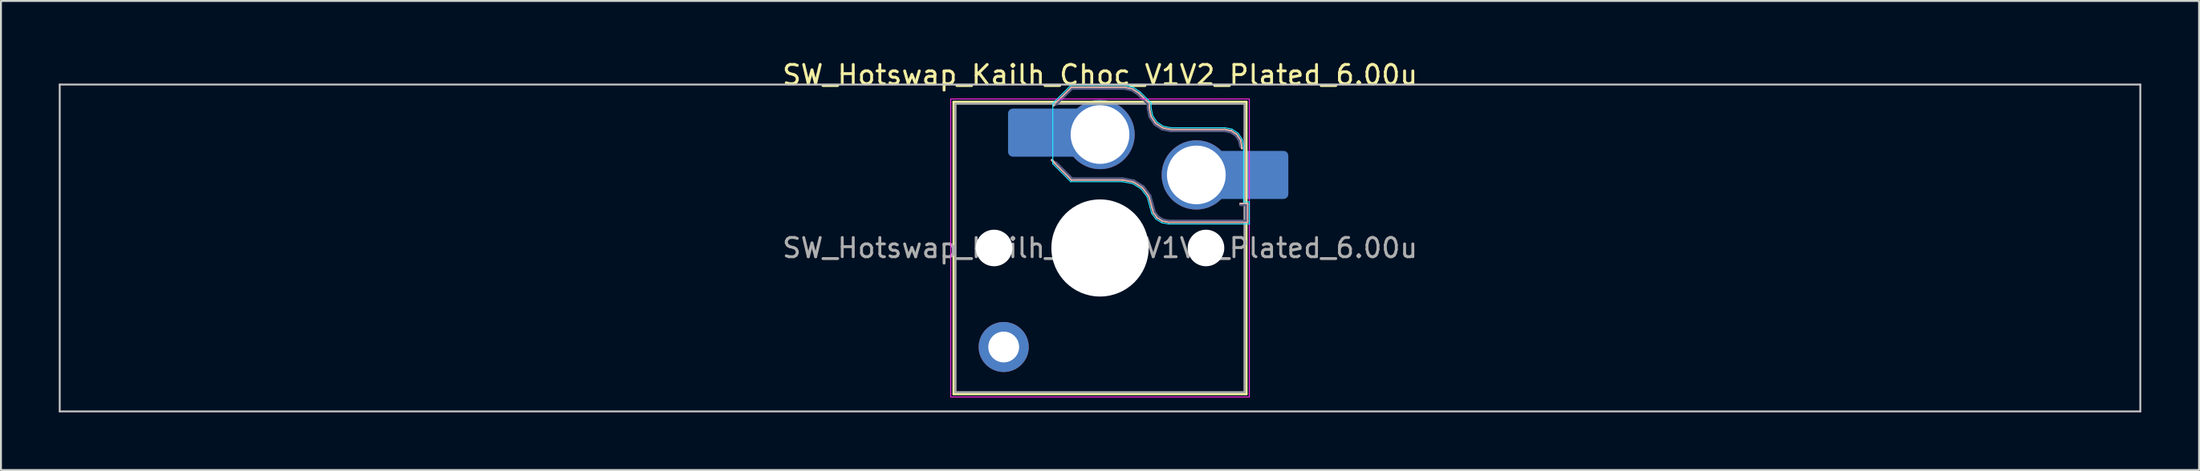
<source format=kicad_pcb>
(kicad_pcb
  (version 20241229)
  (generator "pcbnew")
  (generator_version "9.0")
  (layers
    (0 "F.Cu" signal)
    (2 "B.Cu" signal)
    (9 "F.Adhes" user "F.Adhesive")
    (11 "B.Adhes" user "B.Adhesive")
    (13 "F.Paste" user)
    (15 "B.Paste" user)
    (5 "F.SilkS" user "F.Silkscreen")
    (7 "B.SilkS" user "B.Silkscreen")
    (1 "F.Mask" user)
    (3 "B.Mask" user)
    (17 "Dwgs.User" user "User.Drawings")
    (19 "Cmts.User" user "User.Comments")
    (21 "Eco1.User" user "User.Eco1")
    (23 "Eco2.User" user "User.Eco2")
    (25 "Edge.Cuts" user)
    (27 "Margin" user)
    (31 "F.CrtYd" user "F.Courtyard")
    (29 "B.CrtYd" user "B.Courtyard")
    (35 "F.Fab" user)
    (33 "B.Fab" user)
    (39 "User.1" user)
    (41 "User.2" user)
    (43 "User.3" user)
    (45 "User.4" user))
  (footprint "SW_Hotswap_Kailh_Choc_V1V2_Plated_6.00u"
    (layer "F.Cu")
    (at 54.05 9.848)
    (property "Reference" "SW_Hotswap_Kailh_Choc_V1V2_Plated_6.00u" (at 0 -9 0) (layer "F.SilkS") (effects (font (size 1 1) (thickness 0.15))))
    (attr smd)
    (fp_line (start -7.6 -7.6) (end -7.6 7.6) (stroke (width 0.12) (type solid)) (layer "F.SilkS"))
    (fp_line (start -7.6 7.6) (end 7.6 7.6) (stroke (width 0.12) (type solid)) (layer "F.SilkS"))
    (fp_line (start 7.6 -7.6) (end -7.6 -7.6) (stroke (width 0.12) (type solid)) (layer "F.SilkS"))
    (fp_line (start 7.6 7.6) (end 7.6 -7.6) (stroke (width 0.12) (type solid)) (layer "F.SilkS"))
    (fp_line (start -2.416 -7.409) (end -1.479 -8.346) (stroke (width 0.12) (type solid)) (layer "B.SilkS"))
    (fp_line (start -1.479 -8.346) (end 1.268 -8.346) (stroke (width 0.12) (type solid)) (layer "B.SilkS"))
    (fp_line (start -1.479 -3.554) (end -2.5 -4.575) (stroke (width 0.12) (type solid)) (layer "B.SilkS"))
    (fp_line (start 1.168 -3.554) (end -1.479 -3.554) (stroke (width 0.12) (type solid)) (layer "B.SilkS"))
    (fp_line (start 1.268 -8.346) (end 1.671 -8.266) (stroke (width 0.12) (type solid)) (layer "B.SilkS"))
    (fp_line (start 1.671 -8.266) (end 2.013 -8.037) (stroke (width 0.12) (type solid)) (layer "B.SilkS"))
    (fp_line (start 1.73 -3.449) (end 1.168 -3.554) (stroke (width 0.12) (type solid)) (layer "B.SilkS"))
    (fp_line (start 2.013 -8.037) (end 2.546 -7.504) (stroke (width 0.12) (type solid)) (layer "B.SilkS"))
    (fp_line (start 2.209 -3.15) (end 1.73 -3.449) (stroke (width 0.12) (type solid)) (layer "B.SilkS"))
    (fp_line (start 2.546 -7.504) (end 2.546 -7.282) (stroke (width 0.12) (type solid)) (layer "B.SilkS"))
    (fp_line (start 2.546 -7.282) (end 2.633 -6.844) (stroke (width 0.12) (type solid)) (layer "B.SilkS"))
    (fp_line (start 2.547 -2.697) (end 2.209 -3.15) (stroke (width 0.12) (type solid)) (layer "B.SilkS"))
    (fp_line (start 2.633 -6.844) (end 2.877 -6.477) (stroke (width 0.12) (type solid)) (layer "B.SilkS"))
    (fp_line (start 2.701 -2.139) (end 2.547 -2.697) (stroke (width 0.12) (type solid)) (layer "B.SilkS"))
    (fp_line (start 2.783 -1.841) (end 2.701 -2.139) (stroke (width 0.12) (type solid)) (layer "B.SilkS"))
    (fp_line (start 2.877 -6.477) (end 3.244 -6.233) (stroke (width 0.12) (type solid)) (layer "B.SilkS"))
    (fp_line (start 2.976 -1.583) (end 2.783 -1.841) (stroke (width 0.12) (type solid)) (layer "B.SilkS"))
    (fp_line (start 3.244 -6.233) (end 3.682 -6.146) (stroke (width 0.12) (type solid)) (layer "B.SilkS"))
    (fp_line (start 3.25 -1.413) (end 2.976 -1.583) (stroke (width 0.12) (type solid)) (layer "B.SilkS"))
    (fp_line (start 3.56 -1.354) (end 3.25 -1.413) (stroke (width 0.12) (type solid)) (layer "B.SilkS"))
    (fp_line (start 3.682 -6.146) (end 6.482 -6.146) (stroke (width 0.12) (type solid)) (layer "B.SilkS"))
    (fp_line (start 6.482 -6.146) (end 6.809 -6.081) (stroke (width 0.12) (type solid)) (layer "B.SilkS"))
    (fp_line (start 6.809 -6.081) (end 7.092 -5.892) (stroke (width 0.12) (type solid)) (layer "B.SilkS"))
    (fp_line (start 7.092 -5.892) (end 7.281 -5.609) (stroke (width 0.12) (type solid)) (layer "B.SilkS"))
    (fp_line (start 7.281 -5.609) (end 7.366 -5.182) (stroke (width 0.12) (type solid)) (layer "B.SilkS"))
    (fp_line (start 7.283 -2.296) (end 7.646 -2.296) (stroke (width 0.12) (type solid)) (layer "B.SilkS"))
    (fp_line (start 7.646 -2.296) (end 7.646 -1.354) (stroke (width 0.12) (type solid)) (layer "B.SilkS"))
    (fp_line (start 7.646 -1.354) (end 3.56 -1.354) (stroke (width 0.12) (type solid)) (layer "B.SilkS"))
    (fp_line (start -54 -8.5) (end -54 8.5) (stroke (width 0.1) (type solid)) (layer "Dwgs.User"))
    (fp_line (start -54 8.5) (end 54 8.5) (stroke (width 0.1) (type solid)) (layer "Dwgs.User"))
    (fp_line (start 54 -8.5) (end -54 -8.5) (stroke (width 0.1) (type solid)) (layer "Dwgs.User"))
    (fp_line (start 54 8.5) (end 54 -8.5) (stroke (width 0.1) (type solid)) (layer "Dwgs.User"))
    (fp_line (start -7.25 -7.25) (end -7.25 7.25) (stroke (width 0.1) (type solid)) (layer "Eco1.User"))
    (fp_line (start -7.25 7.25) (end 7.25 7.25) (stroke (width 0.1) (type solid)) (layer "Eco1.User"))
    (fp_line (start 7.25 -7.25) (end -7.25 -7.25) (stroke (width 0.1) (type solid)) (layer "Eco1.User"))
    (fp_line (start 7.25 7.25) (end 7.25 -7.25) (stroke (width 0.1) (type solid)) (layer "Eco1.User"))
    (fp_line (start -2.452 -7.523) (end -1.523 -8.452) (stroke (width 0.05) (type solid)) (layer "B.CrtYd"))
    (fp_line (start -2.452 -4.377) (end -2.452 -7.523) (stroke (width 0.05) (type solid)) (layer "B.CrtYd"))
    (fp_line (start -1.523 -8.452) (end 1.278 -8.452) (stroke (width 0.05) (type solid)) (layer "B.CrtYd"))
    (fp_line (start -1.523 -3.448) (end -2.452 -4.377) (stroke (width 0.05) (type solid)) (layer "B.CrtYd"))
    (fp_line (start 1.159 -3.448) (end -1.523 -3.448) (stroke (width 0.05) (type solid)) (layer "B.CrtYd"))
    (fp_line (start 1.278 -8.452) (end 1.712 -8.366) (stroke (width 0.05) (type solid)) (layer "B.CrtYd"))
    (fp_line (start 1.691 -3.348) (end 1.159 -3.448) (stroke (width 0.05) (type solid)) (layer "B.CrtYd"))
    (fp_line (start 1.712 -8.366) (end 2.081 -8.119) (stroke (width 0.05) (type solid)) (layer "B.CrtYd"))
    (fp_line (start 2.081 -8.119) (end 2.652 -7.548) (stroke (width 0.05) (type solid)) (layer "B.CrtYd"))
    (fp_line (start 2.136 -3.071) (end 1.691 -3.348) (stroke (width 0.05) (type solid)) (layer "B.CrtYd"))
    (fp_line (start 2.45 -2.65) (end 2.136 -3.071) (stroke (width 0.05) (type solid)) (layer "B.CrtYd"))
    (fp_line (start 2.599 -2.111) (end 2.45 -2.65) (stroke (width 0.05) (type solid)) (layer "B.CrtYd"))
    (fp_line (start 2.652 -7.548) (end 2.652 -7.292) (stroke (width 0.05) (type solid)) (layer "B.CrtYd"))
    (fp_line (start 2.652 -7.292) (end 2.733 -6.885) (stroke (width 0.05) (type solid)) (layer "B.CrtYd"))
    (fp_line (start 2.687 -1.794) (end 2.599 -2.111) (stroke (width 0.05) (type solid)) (layer "B.CrtYd"))
    (fp_line (start 2.733 -6.885) (end 2.953 -6.553) (stroke (width 0.05) (type solid)) (layer "B.CrtYd"))
    (fp_line (start 2.903 -1.503) (end 2.687 -1.794) (stroke (width 0.05) (type solid)) (layer "B.CrtYd"))
    (fp_line (start 2.953 -6.553) (end 3.285 -6.333) (stroke (width 0.05) (type solid)) (layer "B.CrtYd"))
    (fp_line (start 3.211 -1.312) (end 2.903 -1.503) (stroke (width 0.05) (type solid)) (layer "B.CrtYd"))
    (fp_line (start 3.285 -6.333) (end 3.692 -6.252) (stroke (width 0.05) (type solid)) (layer "B.CrtYd"))
    (fp_line (start 3.55 -1.248) (end 3.211 -1.312) (stroke (width 0.05) (type solid)) (layer "B.CrtYd"))
    (fp_line (start 3.692 -6.252) (end 6.492 -6.252) (stroke (width 0.05) (type solid)) (layer "B.CrtYd"))
    (fp_line (start 6.492 -6.252) (end 6.85 -6.181) (stroke (width 0.05) (type solid)) (layer "B.CrtYd"))
    (fp_line (start 6.85 -6.181) (end 7.168 -5.968) (stroke (width 0.05) (type solid)) (layer "B.CrtYd"))
    (fp_line (start 7.168 -5.968) (end 7.381 -5.65) (stroke (width 0.05) (type solid)) (layer "B.CrtYd"))
    (fp_line (start 7.381 -5.65) (end 7.452 -5.292) (stroke (width 0.05) (type solid)) (layer "B.CrtYd"))
    (fp_line (start 7.452 -5.292) (end 7.452 -2.402) (stroke (width 0.05) (type solid)) (layer "B.CrtYd"))
    (fp_line (start 7.452 -2.402) (end 7.752 -2.402) (stroke (width 0.05) (type solid)) (layer "B.CrtYd"))
    (fp_line (start 7.752 -2.402) (end 7.752 -1.248) (stroke (width 0.05) (type solid)) (layer "B.CrtYd"))
    (fp_line (start 7.752 -1.248) (end 3.55 -1.248) (stroke (width 0.05) (type solid)) (layer "B.CrtYd"))
    (fp_line (start -7.75 -7.75) (end -7.75 7.75) (stroke (width 0.05) (type solid)) (layer "F.CrtYd"))
    (fp_line (start -7.75 7.75) (end 7.75 7.75) (stroke (width 0.05) (type solid)) (layer "F.CrtYd"))
    (fp_line (start 7.75 -7.75) (end -7.75 -7.75) (stroke (width 0.05) (type solid)) (layer "F.CrtYd"))
    (fp_line (start 7.75 7.75) (end 7.75 -7.75) (stroke (width 0.05) (type solid)) (layer "F.CrtYd"))
    (fp_line (start -2.275 -7.45) (end -1.45 -8.275) (stroke (width 0.1) (type solid)) (layer "B.Fab"))
    (fp_line (start -1.45 -8.275) (end 1.261 -8.275) (stroke (width 0.1) (type solid)) (layer "B.Fab"))
    (fp_line (start -1.45 -3.625) (end -2.275 -4.45) (stroke (width 0.1) (type solid)) (layer "B.Fab"))
    (fp_line (start 1.175 -3.625) (end -1.45 -3.625) (stroke (width 0.1) (type solid)) (layer "B.Fab"))
    (fp_line (start 1.261 -8.275) (end 1.643 -8.199) (stroke (width 0.1) (type solid)) (layer "B.Fab"))
    (fp_line (start 1.643 -8.199) (end 1.968 -7.982) (stroke (width 0.1) (type solid)) (layer "B.Fab"))
    (fp_line (start 1.756 -3.516) (end 1.175 -3.625) (stroke (width 0.1) (type solid)) (layer "B.Fab"))
    (fp_line (start 1.968 -7.982) (end 2.475 -7.475) (stroke (width 0.1) (type solid)) (layer "B.Fab"))
    (fp_line (start 2.258 -3.203) (end 1.756 -3.516) (stroke (width 0.1) (type solid)) (layer "B.Fab"))
    (fp_line (start 2.475 -7.475) (end 2.475 -7.275) (stroke (width 0.1) (type solid)) (layer "B.Fab"))
    (fp_line (start 2.475 -7.275) (end 2.566 -6.816) (stroke (width 0.1) (type solid)) (layer "B.Fab"))
    (fp_line (start 2.566 -6.816) (end 2.826 -6.426) (stroke (width 0.1) (type solid)) (layer "B.Fab"))
    (fp_line (start 2.612 -2.729) (end 2.258 -3.203) (stroke (width 0.1) (type solid)) (layer "B.Fab"))
    (fp_line (start 2.769 -2.158) (end 2.612 -2.729) (stroke (width 0.1) (type solid)) (layer "B.Fab"))
    (fp_line (start 2.826 -6.426) (end 3.216 -6.166) (stroke (width 0.1) (type solid)) (layer "B.Fab"))
    (fp_line (start 2.848 -1.873) (end 2.769 -2.158) (stroke (width 0.1) (type solid)) (layer "B.Fab"))
    (fp_line (start 3.025 -1.636) (end 2.848 -1.873) (stroke (width 0.1) (type solid)) (layer "B.Fab"))
    (fp_line (start 3.216 -6.166) (end 3.675 -6.075) (stroke (width 0.1) (type solid)) (layer "B.Fab"))
    (fp_line (start 3.276 -1.48) (end 3.025 -1.636) (stroke (width 0.1) (type solid)) (layer "B.Fab"))
    (fp_line (start 3.567 -1.425) (end 3.276 -1.48) (stroke (width 0.1) (type solid)) (layer "B.Fab"))
    (fp_line (start 3.675 -6.075) (end 6.475 -6.075) (stroke (width 0.1) (type solid)) (layer "B.Fab"))
    (fp_line (start 6.475 -6.075) (end 6.781 -6.014) (stroke (width 0.1) (type solid)) (layer "B.Fab"))
    (fp_line (start 6.781 -6.014) (end 7.041 -5.841) (stroke (width 0.1) (type solid)) (layer "B.Fab"))
    (fp_line (start 7.041 -5.841) (end 7.214 -5.581) (stroke (width 0.1) (type solid)) (layer "B.Fab"))
    (fp_line (start 7.214 -5.581) (end 7.275 -5.275) (stroke (width 0.1) (type solid)) (layer "B.Fab"))
    (fp_line (start 7.275 -2.225) (end 7.575 -2.225) (stroke (width 0.1) (type solid)) (layer "B.Fab"))
    (fp_line (start 7.575 -2.225) (end 7.575 -1.425) (stroke (width 0.1) (type solid)) (layer "B.Fab"))
    (fp_line (start 7.575 -1.425) (end 3.567 -1.425) (stroke (width 0.1) (type solid)) (layer "B.Fab"))
    (fp_line (start -7.5 -7.5) (end -7.5 7.5) (stroke (width 0.1) (type solid)) (layer "F.Fab"))
    (fp_line (start -7.5 7.5) (end 7.5 7.5) (stroke (width 0.1) (type solid)) (layer "F.Fab"))
    (fp_line (start 7.5 -7.5) (end -7.5 -7.5) (stroke (width 0.1) (type solid)) (layer "F.Fab"))
    (fp_line (start 7.5 7.5) (end 7.5 -7.5) (stroke (width 0.1) (type solid)) (layer "F.Fab"))
    (fp_text user "${REFERENCE}" (at 0 0 0) (layer "F.Fab") (effects (font (size 1 1) (thickness 0.15))))
    (pad "" np_thru_hole circle (at -5.5 0) (size 1.9 1.9) (drill 1.9) (layers "*.Cu" "*.Mask"))
    (pad "" smd circle (at -5 5.15) (size 1.65 1.65) (layers "F.Mask"))
    (pad "" thru_hole circle (at -5 5.15) (size 2.6 2.6) (drill 1.6) (layers "*.Cu" "B.Mask"))
    (pad "" smd roundrect (at -3.5 -6) (size 2.55 2.5) (layers "B.Mask" "B.Paste") (roundrect_rratio 0.1))
    (pad "" smd circle (at 0 -5.9) (size 3.1 3.1) (layers "F.Mask"))
    (pad "" np_thru_hole circle (at 0 0) (size 5.05 5.05) (drill 5.05) (layers "*.Cu" "*.Mask"))
    (pad "" smd circle (at 5 -3.8) (size 3.1 3.1) (layers "F.Mask"))
    (pad "" np_thru_hole circle (at 5.5 0) (size 1.9 1.9) (drill 1.9) (layers "*.Cu" "*.Mask"))
    (pad "" smd roundrect (at 8.5 -3.8) (size 2.55 2.5) (layers "B.Mask" "B.Paste") (roundrect_rratio 0.1))
    (pad "1" smd roundrect (at -2.85 -6) (size 3.85 2.5) (layers "B.Cu") (roundrect_rratio 0.1))
    (pad "1" thru_hole circle (at 0 -5.9) (size 3.6 3.6) (drill 3.05) (layers "*.Cu" "B.Mask"))
    (pad "2" thru_hole circle (at 5 -3.8) (size 3.6 3.6) (drill 3.05) (layers "*.Cu" "B.Mask"))
    (pad "2" smd roundrect (at 7.85 -3.8) (size 3.85 2.5) (layers "B.Cu") (roundrect_rratio 0.1)))
  (gr_rect
    (start -3 -3)
    (end 111.1 21.398)
    (stroke (width 0.1) (type default))
    (fill no)
    (layer "Edge.Cuts")))
</source>
